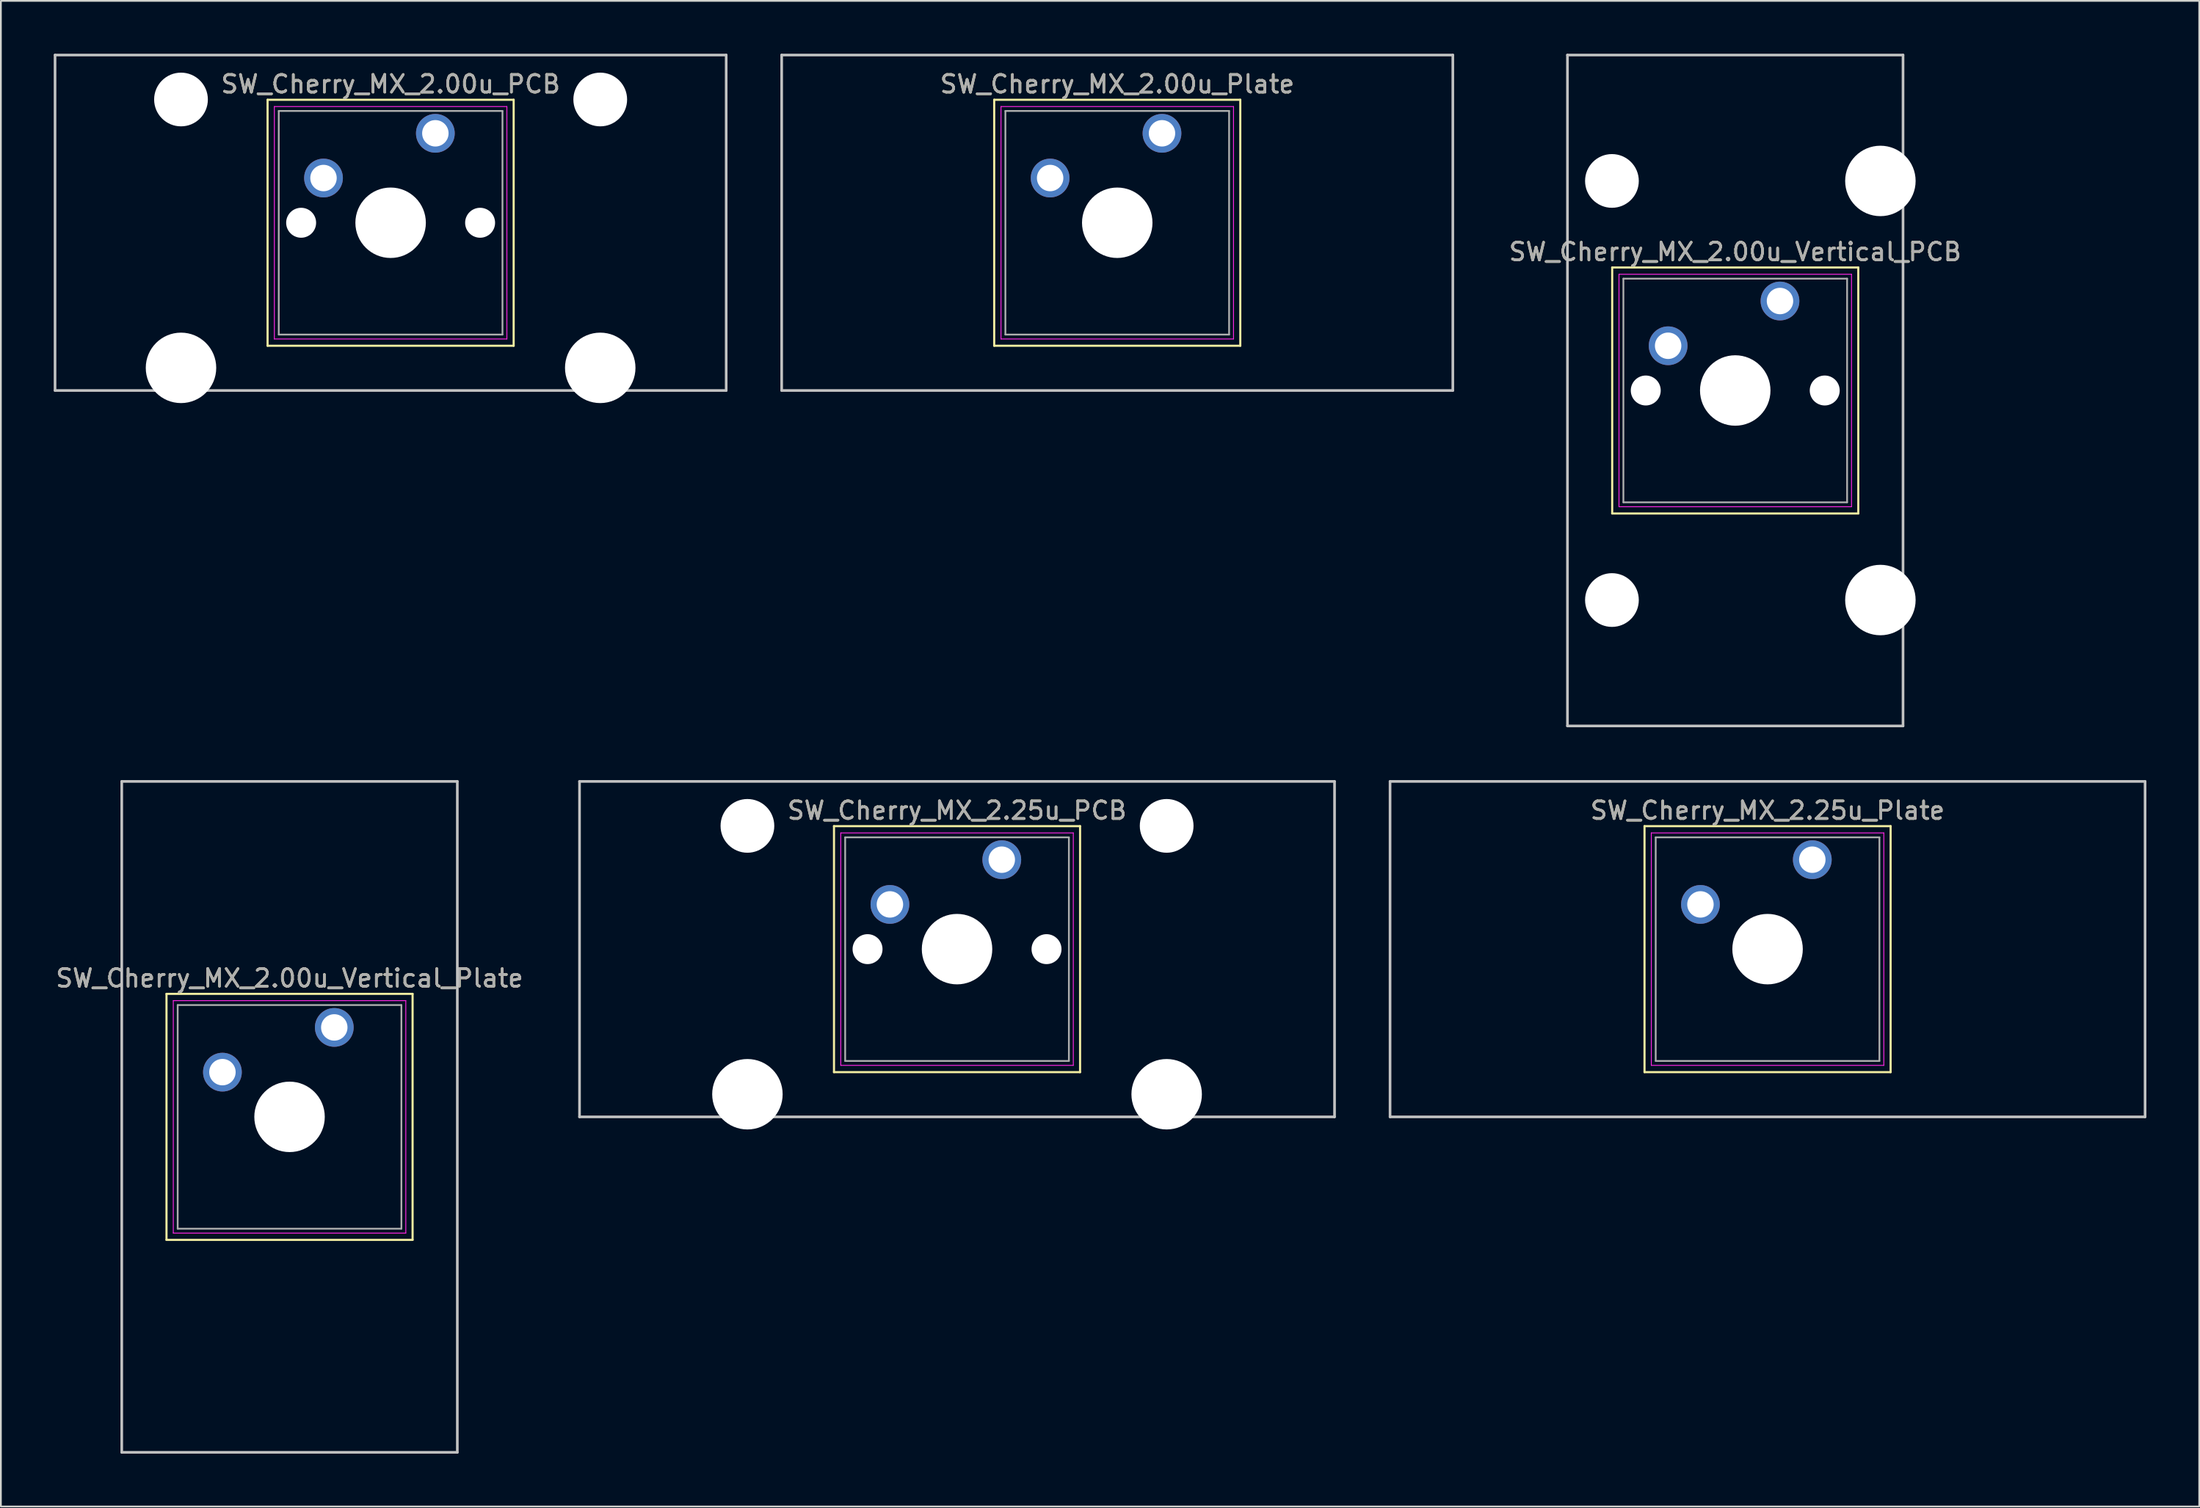
<source format=kicad_pcb>
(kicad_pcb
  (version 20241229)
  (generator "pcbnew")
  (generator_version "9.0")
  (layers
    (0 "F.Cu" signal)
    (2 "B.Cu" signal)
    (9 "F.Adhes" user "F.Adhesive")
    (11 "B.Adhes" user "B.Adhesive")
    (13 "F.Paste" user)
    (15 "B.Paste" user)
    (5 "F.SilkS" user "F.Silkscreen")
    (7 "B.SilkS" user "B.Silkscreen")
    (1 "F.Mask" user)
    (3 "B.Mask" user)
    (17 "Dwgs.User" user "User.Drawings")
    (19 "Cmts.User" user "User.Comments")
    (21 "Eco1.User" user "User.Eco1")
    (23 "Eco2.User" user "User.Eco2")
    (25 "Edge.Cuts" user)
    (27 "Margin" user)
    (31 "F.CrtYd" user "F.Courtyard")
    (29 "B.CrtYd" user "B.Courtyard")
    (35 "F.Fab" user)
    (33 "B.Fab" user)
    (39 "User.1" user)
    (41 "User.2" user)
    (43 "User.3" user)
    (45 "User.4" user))
  (footprint "SW_Cherry_MX_2.00u_Vertical_Plate"
    (layer "F.Cu")
    (at 15.927 55.295)
    (property "Reference" "SW_Cherry_MX_2.00u_Vertical_Plate" (at -2.54 -2.794 0) (layer "F.SilkS") (effects (font (size 1 1) (thickness 0.15))))
    (attr through_hole)
    (fp_line (start -9.525 -1.905) (end 4.445 -1.905) (stroke (width 0.12) (type solid)) (layer "F.SilkS"))
    (fp_line (start -9.525 12.065) (end -9.525 -1.905) (stroke (width 0.12) (type solid)) (layer "F.SilkS"))
    (fp_line (start 4.445 -1.905) (end 4.445 12.065) (stroke (width 0.12) (type solid)) (layer "F.SilkS"))
    (fp_line (start 4.445 12.065) (end -9.525 12.065) (stroke (width 0.12) (type solid)) (layer "F.SilkS"))
    (fp_line (start -12.065 -13.97) (end 6.985 -13.97) (stroke (width 0.15) (type solid)) (layer "Dwgs.User"))
    (fp_line (start -12.065 24.13) (end -12.065 -13.97) (stroke (width 0.15) (type solid)) (layer "Dwgs.User"))
    (fp_line (start 6.985 -13.97) (end 6.985 24.13) (stroke (width 0.15) (type solid)) (layer "Dwgs.User"))
    (fp_line (start 6.985 24.13) (end -12.065 24.13) (stroke (width 0.15) (type solid)) (layer "Dwgs.User"))
    (fp_line (start -9.14 -1.52) (end 4.06 -1.52) (stroke (width 0.05) (type solid)) (layer "F.CrtYd"))
    (fp_line (start -9.14 11.68) (end -9.14 -1.52) (stroke (width 0.05) (type solid)) (layer "F.CrtYd"))
    (fp_line (start 4.06 -1.52) (end 4.06 11.68) (stroke (width 0.05) (type solid)) (layer "F.CrtYd"))
    (fp_line (start 4.06 11.68) (end -9.14 11.68) (stroke (width 0.05) (type solid)) (layer "F.CrtYd"))
    (fp_line (start -8.89 -1.27) (end 3.81 -1.27) (stroke (width 0.1) (type solid)) (layer "F.Fab"))
    (fp_line (start -8.89 11.43) (end -8.89 -1.27) (stroke (width 0.1) (type solid)) (layer "F.Fab"))
    (fp_line (start 3.81 -1.27) (end 3.81 11.43) (stroke (width 0.1) (type solid)) (layer "F.Fab"))
    (fp_line (start 3.81 11.43) (end -8.89 11.43) (stroke (width 0.1) (type solid)) (layer "F.Fab"))
    (fp_text user "${REFERENCE}" (at -2.54 -2.794 0) (layer "F.Fab") (effects (font (size 1 1) (thickness 0.15))))
    (pad "" np_thru_hole circle (at -2.54 5.08) (size 4 4) (drill 4) (layers "*.Cu" "*.Mask"))
    (pad "1" thru_hole circle (at 0 0) (size 2.2 2.2) (drill 1.5) (layers "*.Cu" "*.Mask"))
    (pad "2" thru_hole circle (at -6.35 2.54) (size 2.2 2.2) (drill 1.5) (layers "*.Cu" "*.Mask")))
  (footprint "SW_Cherry_MX_2.00u_Plate"
    (layer "F.Cu")
    (at 62.915 4.52)
    (property "Reference" "SW_Cherry_MX_2.00u_Plate" (at -2.54 -2.794 0) (layer "F.SilkS") (effects (font (size 1 1) (thickness 0.15))))
    (attr through_hole)
    (fp_line (start -9.525 -1.905) (end 4.445 -1.905) (stroke (width 0.12) (type solid)) (layer "F.SilkS"))
    (fp_line (start -9.525 12.065) (end -9.525 -1.905) (stroke (width 0.12) (type solid)) (layer "F.SilkS"))
    (fp_line (start 4.445 -1.905) (end 4.445 12.065) (stroke (width 0.12) (type solid)) (layer "F.SilkS"))
    (fp_line (start 4.445 12.065) (end -9.525 12.065) (stroke (width 0.12) (type solid)) (layer "F.SilkS"))
    (fp_line (start -21.59 -4.445) (end 16.51 -4.445) (stroke (width 0.15) (type solid)) (layer "Dwgs.User"))
    (fp_line (start -21.59 14.605) (end -21.59 -4.445) (stroke (width 0.15) (type solid)) (layer "Dwgs.User"))
    (fp_line (start 16.51 -4.445) (end 16.51 14.605) (stroke (width 0.15) (type solid)) (layer "Dwgs.User"))
    (fp_line (start 16.51 14.605) (end -21.59 14.605) (stroke (width 0.15) (type solid)) (layer "Dwgs.User"))
    (fp_line (start -9.14 -1.52) (end 4.06 -1.52) (stroke (width 0.05) (type solid)) (layer "F.CrtYd"))
    (fp_line (start -9.14 11.68) (end -9.14 -1.52) (stroke (width 0.05) (type solid)) (layer "F.CrtYd"))
    (fp_line (start 4.06 -1.52) (end 4.06 11.68) (stroke (width 0.05) (type solid)) (layer "F.CrtYd"))
    (fp_line (start 4.06 11.68) (end -9.14 11.68) (stroke (width 0.05) (type solid)) (layer "F.CrtYd"))
    (fp_line (start -8.89 -1.27) (end 3.81 -1.27) (stroke (width 0.1) (type solid)) (layer "F.Fab"))
    (fp_line (start -8.89 11.43) (end -8.89 -1.27) (stroke (width 0.1) (type solid)) (layer "F.Fab"))
    (fp_line (start 3.81 -1.27) (end 3.81 11.43) (stroke (width 0.1) (type solid)) (layer "F.Fab"))
    (fp_line (start 3.81 11.43) (end -8.89 11.43) (stroke (width 0.1) (type solid)) (layer "F.Fab"))
    (fp_text user "${REFERENCE}" (at -2.54 -2.794 0) (layer "F.Fab") (effects (font (size 1 1) (thickness 0.15))))
    (pad "" np_thru_hole circle (at -2.54 5.08) (size 4 4) (drill 4) (layers "*.Cu" "*.Mask"))
    (pad "1" thru_hole circle (at 0 0) (size 2.2 2.2) (drill 1.5) (layers "*.Cu" "*.Mask"))
    (pad "2" thru_hole circle (at -6.35 2.54) (size 2.2 2.2) (drill 1.5) (layers "*.Cu" "*.Mask")))
  (footprint "SW_Cherry_MX_2.00u_Vertical_PCB"
    (layer "F.Cu")
    (at 97.998 14.045)
    (property "Reference" "SW_Cherry_MX_2.00u_Vertical_PCB" (at -2.54 -2.794 0) (layer "F.SilkS") (effects (font (size 1 1) (thickness 0.15))))
    (attr through_hole)
    (fp_line (start -9.525 -1.905) (end 4.445 -1.905) (stroke (width 0.12) (type solid)) (layer "F.SilkS"))
    (fp_line (start -9.525 12.065) (end -9.525 -1.905) (stroke (width 0.12) (type solid)) (layer "F.SilkS"))
    (fp_line (start 4.445 -1.905) (end 4.445 12.065) (stroke (width 0.12) (type solid)) (layer "F.SilkS"))
    (fp_line (start 4.445 12.065) (end -9.525 12.065) (stroke (width 0.12) (type solid)) (layer "F.SilkS"))
    (fp_line (start -12.065 -13.97) (end 6.985 -13.97) (stroke (width 0.15) (type solid)) (layer "Dwgs.User"))
    (fp_line (start -12.065 24.13) (end -12.065 -13.97) (stroke (width 0.15) (type solid)) (layer "Dwgs.User"))
    (fp_line (start 6.985 -13.97) (end 6.985 24.13) (stroke (width 0.15) (type solid)) (layer "Dwgs.User"))
    (fp_line (start 6.985 24.13) (end -12.065 24.13) (stroke (width 0.15) (type solid)) (layer "Dwgs.User"))
    (fp_line (start -9.14 -1.52) (end 4.06 -1.52) (stroke (width 0.05) (type solid)) (layer "F.CrtYd"))
    (fp_line (start -9.14 11.68) (end -9.14 -1.52) (stroke (width 0.05) (type solid)) (layer "F.CrtYd"))
    (fp_line (start 4.06 -1.52) (end 4.06 11.68) (stroke (width 0.05) (type solid)) (layer "F.CrtYd"))
    (fp_line (start 4.06 11.68) (end -9.14 11.68) (stroke (width 0.05) (type solid)) (layer "F.CrtYd"))
    (fp_line (start -8.89 -1.27) (end 3.81 -1.27) (stroke (width 0.1) (type solid)) (layer "F.Fab"))
    (fp_line (start -8.89 11.43) (end -8.89 -1.27) (stroke (width 0.1) (type solid)) (layer "F.Fab"))
    (fp_line (start 3.81 -1.27) (end 3.81 11.43) (stroke (width 0.1) (type solid)) (layer "F.Fab"))
    (fp_line (start 3.81 11.43) (end -8.89 11.43) (stroke (width 0.1) (type solid)) (layer "F.Fab"))
    (fp_text user "${REFERENCE}" (at -2.54 -2.794 0) (layer "F.Fab") (effects (font (size 1 1) (thickness 0.15))))
    (pad "" np_thru_hole circle (at -9.54 -6.82) (size 3.05 3.05) (drill 3.05) (layers "*.Cu" "*.Mask"))
    (pad "" np_thru_hole circle (at -9.54 16.98) (size 3.05 3.05) (drill 3.05) (layers "*.Cu" "*.Mask"))
    (pad "" np_thru_hole circle (at -7.62 5.08) (size 1.7 1.7) (drill 1.7) (layers "*.Cu" "*.Mask"))
    (pad "" np_thru_hole circle (at -2.54 5.08) (size 4 4) (drill 4) (layers "*.Cu" "*.Mask"))
    (pad "" np_thru_hole circle (at 2.54 5.08) (size 1.7 1.7) (drill 1.7) (layers "*.Cu" "*.Mask"))
    (pad "" np_thru_hole circle (at 5.7 -6.82) (size 4 4) (drill 4) (layers "*.Cu" "*.Mask"))
    (pad "" np_thru_hole circle (at 5.7 16.98) (size 4 4) (drill 4) (layers "*.Cu" "*.Mask"))
    (pad "1" thru_hole circle (at 0 0) (size 2.2 2.2) (drill 1.5) (layers "*.Cu" "*.Mask"))
    (pad "2" thru_hole circle (at -6.35 2.54) (size 2.2 2.2) (drill 1.5) (layers "*.Cu" "*.Mask")))
  (footprint "SW_Cherry_MX_2.25u_Plate"
    (layer "F.Cu")
    (at 99.833 45.77)
    (property "Reference" "SW_Cherry_MX_2.25u_Plate" (at -2.54 -2.794 0) (layer "F.SilkS") (effects (font (size 1 1) (thickness 0.15))))
    (attr through_hole)
    (fp_line (start -9.525 -1.905) (end 4.445 -1.905) (stroke (width 0.12) (type solid)) (layer "F.SilkS"))
    (fp_line (start -9.525 12.065) (end -9.525 -1.905) (stroke (width 0.12) (type solid)) (layer "F.SilkS"))
    (fp_line (start 4.445 -1.905) (end 4.445 12.065) (stroke (width 0.12) (type solid)) (layer "F.SilkS"))
    (fp_line (start 4.445 12.065) (end -9.525 12.065) (stroke (width 0.12) (type solid)) (layer "F.SilkS"))
    (fp_line (start -23.971 -4.445) (end 18.891 -4.445) (stroke (width 0.15) (type solid)) (layer "Dwgs.User"))
    (fp_line (start -23.971 14.605) (end -23.971 -4.445) (stroke (width 0.15) (type solid)) (layer "Dwgs.User"))
    (fp_line (start 18.891 -4.445) (end 18.891 14.605) (stroke (width 0.15) (type solid)) (layer "Dwgs.User"))
    (fp_line (start 18.891 14.605) (end -23.971 14.605) (stroke (width 0.15) (type solid)) (layer "Dwgs.User"))
    (fp_line (start -9.14 -1.52) (end 4.06 -1.52) (stroke (width 0.05) (type solid)) (layer "F.CrtYd"))
    (fp_line (start -9.14 11.68) (end -9.14 -1.52) (stroke (width 0.05) (type solid)) (layer "F.CrtYd"))
    (fp_line (start 4.06 -1.52) (end 4.06 11.68) (stroke (width 0.05) (type solid)) (layer "F.CrtYd"))
    (fp_line (start 4.06 11.68) (end -9.14 11.68) (stroke (width 0.05) (type solid)) (layer "F.CrtYd"))
    (fp_line (start -8.89 -1.27) (end 3.81 -1.27) (stroke (width 0.1) (type solid)) (layer "F.Fab"))
    (fp_line (start -8.89 11.43) (end -8.89 -1.27) (stroke (width 0.1) (type solid)) (layer "F.Fab"))
    (fp_line (start 3.81 -1.27) (end 3.81 11.43) (stroke (width 0.1) (type solid)) (layer "F.Fab"))
    (fp_line (start 3.81 11.43) (end -8.89 11.43) (stroke (width 0.1) (type solid)) (layer "F.Fab"))
    (fp_text user "${REFERENCE}" (at -2.54 -2.794 0) (layer "F.Fab") (effects (font (size 1 1) (thickness 0.15))))
    (pad "" np_thru_hole circle (at -2.54 5.08) (size 4 4) (drill 4) (layers "*.Cu" "*.Mask"))
    (pad "1" thru_hole circle (at 0 0) (size 2.2 2.2) (drill 1.5) (layers "*.Cu" "*.Mask"))
    (pad "2" thru_hole circle (at -6.35 2.54) (size 2.2 2.2) (drill 1.5) (layers "*.Cu" "*.Mask")))
  (footprint "SW_Cherry_MX_2.25u_PCB"
    (layer "F.Cu")
    (at 53.82 45.77)
    (property "Reference" "SW_Cherry_MX_2.25u_PCB" (at -2.54 -2.794 0) (layer "F.SilkS") (effects (font (size 1 1) (thickness 0.15))))
    (attr through_hole)
    (fp_line (start -9.525 -1.905) (end 4.445 -1.905) (stroke (width 0.12) (type solid)) (layer "F.SilkS"))
    (fp_line (start -9.525 12.065) (end -9.525 -1.905) (stroke (width 0.12) (type solid)) (layer "F.SilkS"))
    (fp_line (start 4.445 -1.905) (end 4.445 12.065) (stroke (width 0.12) (type solid)) (layer "F.SilkS"))
    (fp_line (start 4.445 12.065) (end -9.525 12.065) (stroke (width 0.12) (type solid)) (layer "F.SilkS"))
    (fp_line (start -23.971 -4.445) (end 18.891 -4.445) (stroke (width 0.15) (type solid)) (layer "Dwgs.User"))
    (fp_line (start -23.971 14.605) (end -23.971 -4.445) (stroke (width 0.15) (type solid)) (layer "Dwgs.User"))
    (fp_line (start 18.891 -4.445) (end 18.891 14.605) (stroke (width 0.15) (type solid)) (layer "Dwgs.User"))
    (fp_line (start 18.891 14.605) (end -23.971 14.605) (stroke (width 0.15) (type solid)) (layer "Dwgs.User"))
    (fp_line (start -9.14 -1.52) (end 4.06 -1.52) (stroke (width 0.05) (type solid)) (layer "F.CrtYd"))
    (fp_line (start -9.14 11.68) (end -9.14 -1.52) (stroke (width 0.05) (type solid)) (layer "F.CrtYd"))
    (fp_line (start 4.06 -1.52) (end 4.06 11.68) (stroke (width 0.05) (type solid)) (layer "F.CrtYd"))
    (fp_line (start 4.06 11.68) (end -9.14 11.68) (stroke (width 0.05) (type solid)) (layer "F.CrtYd"))
    (fp_line (start -8.89 -1.27) (end 3.81 -1.27) (stroke (width 0.1) (type solid)) (layer "F.Fab"))
    (fp_line (start -8.89 11.43) (end -8.89 -1.27) (stroke (width 0.1) (type solid)) (layer "F.Fab"))
    (fp_line (start 3.81 -1.27) (end 3.81 11.43) (stroke (width 0.1) (type solid)) (layer "F.Fab"))
    (fp_line (start 3.81 11.43) (end -8.89 11.43) (stroke (width 0.1) (type solid)) (layer "F.Fab"))
    (fp_text user "${REFERENCE}" (at -2.54 -2.794 0) (layer "F.Fab") (effects (font (size 1 1) (thickness 0.15))))
    (pad "" np_thru_hole circle (at -14.44 -1.92) (size 3.05 3.05) (drill 3.05) (layers "*.Cu" "*.Mask"))
    (pad "" np_thru_hole circle (at -14.44 13.32) (size 4 4) (drill 4) (layers "*.Cu" "*.Mask"))
    (pad "" np_thru_hole circle (at -7.62 5.08) (size 1.7 1.7) (drill 1.7) (layers "*.Cu" "*.Mask"))
    (pad "" np_thru_hole circle (at -2.54 5.08) (size 4 4) (drill 4) (layers "*.Cu" "*.Mask"))
    (pad "" np_thru_hole circle (at 2.54 5.08) (size 1.7 1.7) (drill 1.7) (layers "*.Cu" "*.Mask"))
    (pad "" np_thru_hole circle (at 9.36 -1.92) (size 3.05 3.05) (drill 3.05) (layers "*.Cu" "*.Mask"))
    (pad "" np_thru_hole circle (at 9.36 13.32) (size 4 4) (drill 4) (layers "*.Cu" "*.Mask"))
    (pad "1" thru_hole circle (at 0 0) (size 2.2 2.2) (drill 1.5) (layers "*.Cu" "*.Mask"))
    (pad "2" thru_hole circle (at -6.35 2.54) (size 2.2 2.2) (drill 1.5) (layers "*.Cu" "*.Mask")))
  (footprint "SW_Cherry_MX_2.00u_PCB"
    (layer "F.Cu")
    (at 21.665 4.52)
    (property "Reference" "SW_Cherry_MX_2.00u_PCB" (at -2.54 -2.794 0) (layer "F.SilkS") (effects (font (size 1 1) (thickness 0.15))))
    (attr through_hole)
    (fp_line (start -9.525 -1.905) (end 4.445 -1.905) (stroke (width 0.12) (type solid)) (layer "F.SilkS"))
    (fp_line (start -9.525 12.065) (end -9.525 -1.905) (stroke (width 0.12) (type solid)) (layer "F.SilkS"))
    (fp_line (start 4.445 -1.905) (end 4.445 12.065) (stroke (width 0.12) (type solid)) (layer "F.SilkS"))
    (fp_line (start 4.445 12.065) (end -9.525 12.065) (stroke (width 0.12) (type solid)) (layer "F.SilkS"))
    (fp_line (start -21.59 -4.445) (end 16.51 -4.445) (stroke (width 0.15) (type solid)) (layer "Dwgs.User"))
    (fp_line (start -21.59 14.605) (end -21.59 -4.445) (stroke (width 0.15) (type solid)) (layer "Dwgs.User"))
    (fp_line (start 16.51 -4.445) (end 16.51 14.605) (stroke (width 0.15) (type solid)) (layer "Dwgs.User"))
    (fp_line (start 16.51 14.605) (end -21.59 14.605) (stroke (width 0.15) (type solid)) (layer "Dwgs.User"))
    (fp_line (start -9.14 -1.52) (end 4.06 -1.52) (stroke (width 0.05) (type solid)) (layer "F.CrtYd"))
    (fp_line (start -9.14 11.68) (end -9.14 -1.52) (stroke (width 0.05) (type solid)) (layer "F.CrtYd"))
    (fp_line (start 4.06 -1.52) (end 4.06 11.68) (stroke (width 0.05) (type solid)) (layer "F.CrtYd"))
    (fp_line (start 4.06 11.68) (end -9.14 11.68) (stroke (width 0.05) (type solid)) (layer "F.CrtYd"))
    (fp_line (start -8.89 -1.27) (end 3.81 -1.27) (stroke (width 0.1) (type solid)) (layer "F.Fab"))
    (fp_line (start -8.89 11.43) (end -8.89 -1.27) (stroke (width 0.1) (type solid)) (layer "F.Fab"))
    (fp_line (start 3.81 -1.27) (end 3.81 11.43) (stroke (width 0.1) (type solid)) (layer "F.Fab"))
    (fp_line (start 3.81 11.43) (end -8.89 11.43) (stroke (width 0.1) (type solid)) (layer "F.Fab"))
    (fp_text user "${REFERENCE}" (at -2.54 -2.794 0) (layer "F.Fab") (effects (font (size 1 1) (thickness 0.15))))
    (pad "" np_thru_hole circle (at -14.44 -1.92) (size 3.05 3.05) (drill 3.05) (layers "*.Cu" "*.Mask"))
    (pad "" np_thru_hole circle (at -14.44 13.32) (size 4 4) (drill 4) (layers "*.Cu" "*.Mask"))
    (pad "" np_thru_hole circle (at -7.62 5.08) (size 1.7 1.7) (drill 1.7) (layers "*.Cu" "*.Mask"))
    (pad "" np_thru_hole circle (at -2.54 5.08) (size 4 4) (drill 4) (layers "*.Cu" "*.Mask"))
    (pad "" np_thru_hole circle (at 2.54 5.08) (size 1.7 1.7) (drill 1.7) (layers "*.Cu" "*.Mask"))
    (pad "" np_thru_hole circle (at 9.36 -1.92) (size 3.05 3.05) (drill 3.05) (layers "*.Cu" "*.Mask"))
    (pad "" np_thru_hole circle (at 9.36 13.32) (size 4 4) (drill 4) (layers "*.Cu" "*.Mask"))
    (pad "1" thru_hole circle (at 0 0) (size 2.2 2.2) (drill 1.5) (layers "*.Cu" "*.Mask"))
    (pad "2" thru_hole circle (at -6.35 2.54) (size 2.2 2.2) (drill 1.5) (layers "*.Cu" "*.Mask")))
  (gr_rect
    (start -3 -3)
    (end 121.799 82.5)
    (stroke (width 0.1) (type default))
    (fill no)
    (layer "Edge.Cuts")))
</source>
